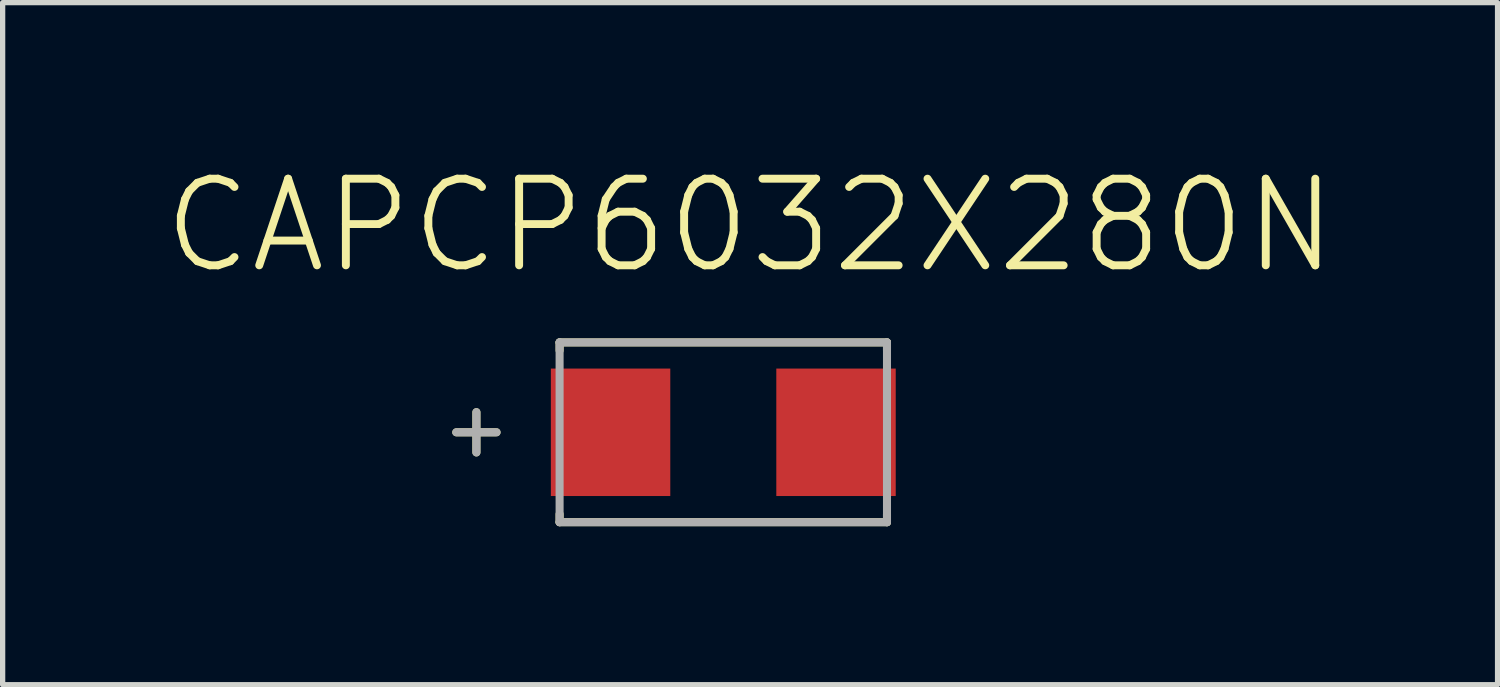
<source format=kicad_pcb>
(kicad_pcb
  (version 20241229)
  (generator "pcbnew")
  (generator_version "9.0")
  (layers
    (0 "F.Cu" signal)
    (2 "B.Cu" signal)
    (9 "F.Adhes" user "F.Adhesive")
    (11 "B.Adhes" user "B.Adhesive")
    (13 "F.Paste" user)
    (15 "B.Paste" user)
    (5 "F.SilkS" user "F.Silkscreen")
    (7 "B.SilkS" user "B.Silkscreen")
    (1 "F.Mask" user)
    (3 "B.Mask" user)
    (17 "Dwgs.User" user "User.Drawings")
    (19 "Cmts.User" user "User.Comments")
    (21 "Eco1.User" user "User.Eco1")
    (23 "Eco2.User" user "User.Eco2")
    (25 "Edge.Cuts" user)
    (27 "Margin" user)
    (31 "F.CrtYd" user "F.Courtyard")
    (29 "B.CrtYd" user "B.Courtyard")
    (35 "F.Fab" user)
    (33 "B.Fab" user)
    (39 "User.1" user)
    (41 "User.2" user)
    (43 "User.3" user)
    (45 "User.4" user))
  (footprint "CAPCP6032X280N"
    (layer "F.Cu")
    (at 10.643 5.134)
    (property "Reference" "CAPCP6032X280N" (at 0.508 -3.912 0) (layer "F.SilkS") (effects (font (size 1.64 1.64) (thickness 0.15))))
    (attr smd)
    (fp_line (start -4.674 -0.381) (end -4.674 0.381) (stroke (width 0.152) (type solid)) (layer "F.SilkS"))
    (fp_line (start -4.293 0) (end -5.055 0) (stroke (width 0.152) (type solid)) (layer "F.SilkS"))
    (fp_line (start -3.099 -1.702) (end -3.099 -1.549) (stroke (width 0.152) (type solid)) (layer "F.SilkS"))
    (fp_line (start -3.099 1.549) (end -3.099 1.702) (stroke (width 0.152) (type solid)) (layer "F.SilkS"))
    (fp_line (start -3.099 1.702) (end 3.099 1.702) (stroke (width 0.152) (type solid)) (layer "F.SilkS"))
    (fp_line (start 3.099 -1.702) (end -3.099 -1.702) (stroke (width 0.152) (type solid)) (layer "F.SilkS"))
    (fp_line (start 3.099 -1.549) (end 3.099 -1.702) (stroke (width 0.152) (type solid)) (layer "F.SilkS"))
    (fp_line (start 3.099 1.702) (end 3.099 1.549) (stroke (width 0.152) (type solid)) (layer "F.SilkS"))
    (fp_line (start -4.674 -0.381) (end -4.674 0.381) (stroke (width 0.152) (type solid)) (layer "F.Fab"))
    (fp_line (start -4.293 0) (end -5.055 0) (stroke (width 0.152) (type solid)) (layer "F.Fab"))
    (fp_line (start -3.099 -1.702) (end -3.099 1.702) (stroke (width 0.152) (type solid)) (layer "F.Fab"))
    (fp_line (start -3.099 1.702) (end 3.099 1.702) (stroke (width 0.152) (type solid)) (layer "F.Fab"))
    (fp_line (start 3.099 -1.702) (end -3.099 -1.702) (stroke (width 0.152) (type solid)) (layer "F.Fab"))
    (fp_line (start 3.099 1.702) (end 3.099 -1.702) (stroke (width 0.152) (type solid)) (layer "F.Fab"))
    (pad "1" smd rect (at -2.134 0 90) (size 2.413 2.261) (layers "F.Cu" "F.Mask" "F.Paste"))
    (pad "2" smd rect (at 2.134 0 90) (size 2.413 2.261) (layers "F.Cu" "F.Mask" "F.Paste")))
  (gr_rect
    (start -3 -3)
    (end 25.301 9.912)
    (stroke (width 0.1) (type default))
    (fill no)
    (layer "Edge.Cuts")))
</source>
